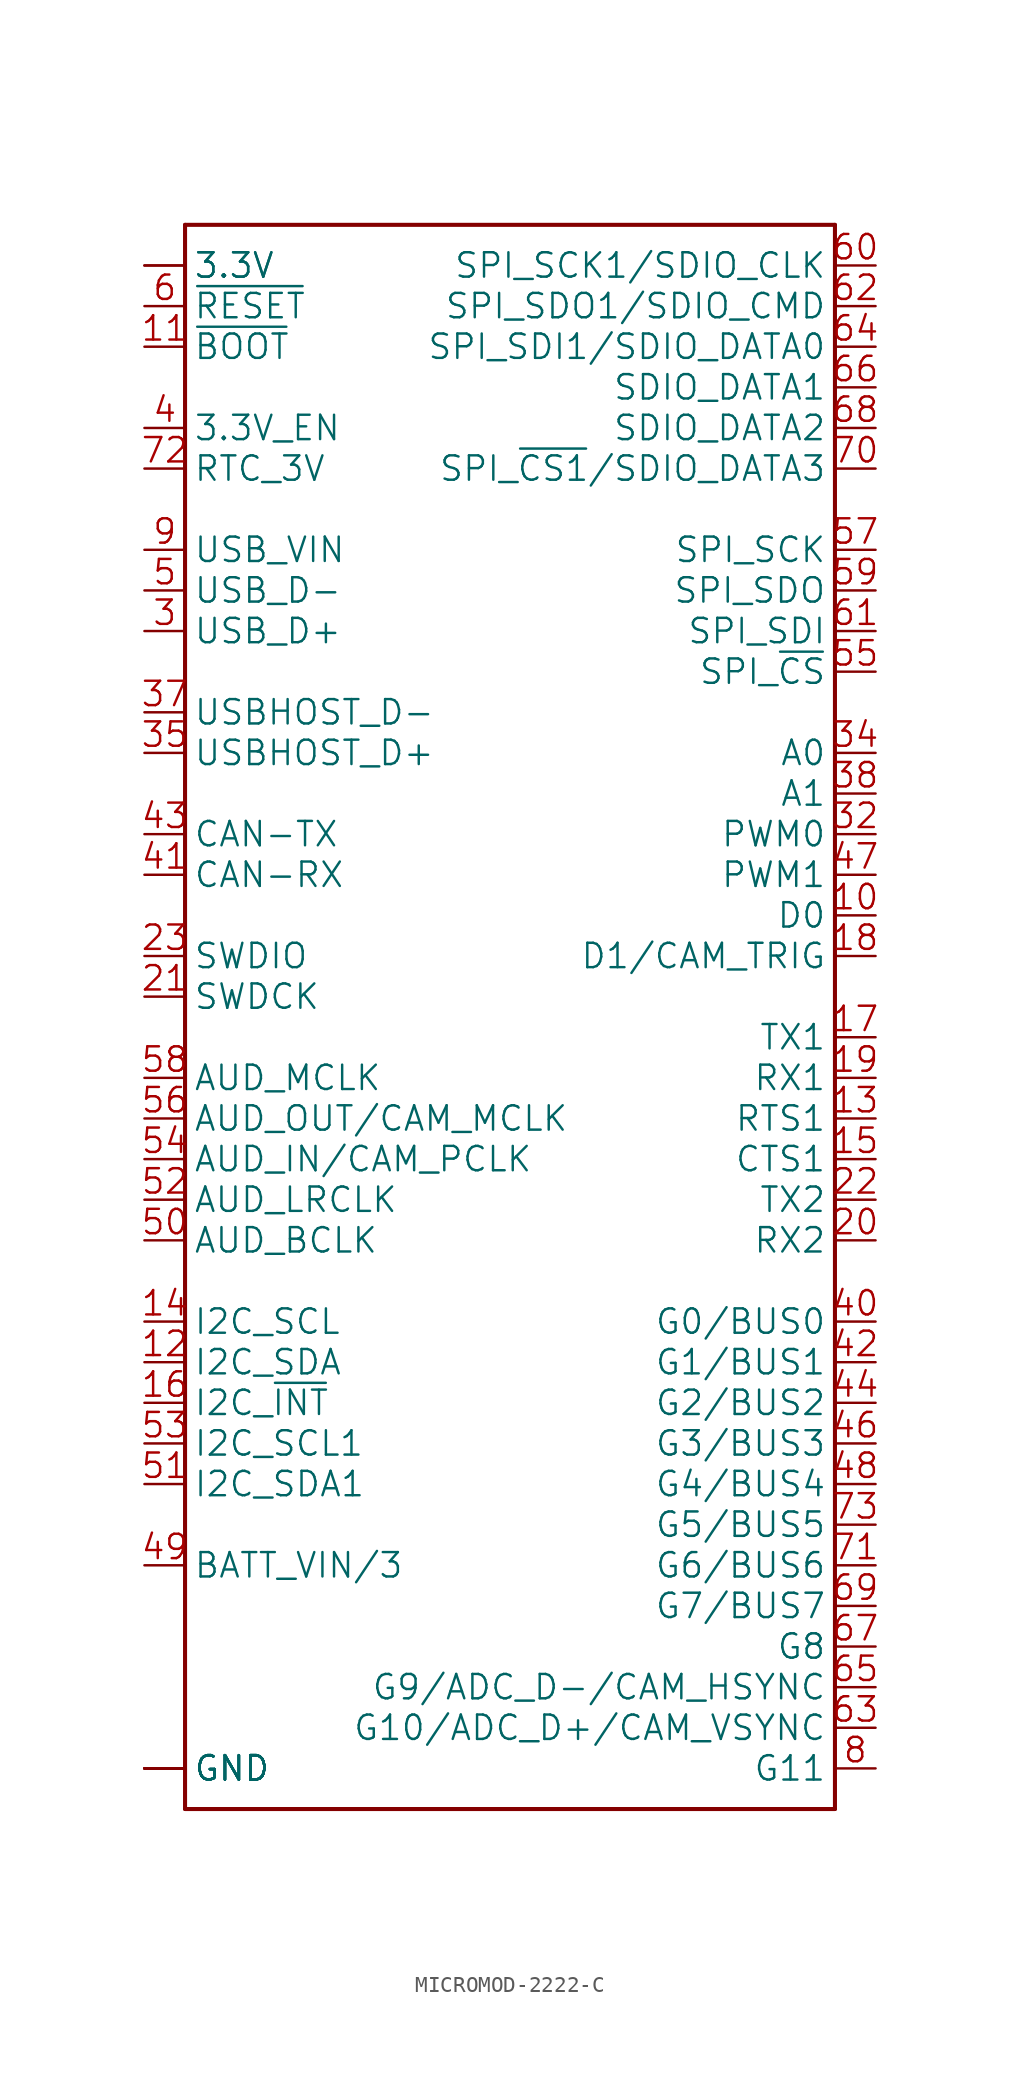
<source format=kicad_sym>
(kicad_symbol_lib
  (version 20241209)
  (generator "kicad_symbol_editor")
  (generator_version "9.0")
  (symbol "MICROMOD-2222-C"
    (property "Reference" "J"
      (at -20.32 53.848 0)
      (effects (font (size 1.778 1.511)) (justify left bottom) (hide yes)))
    (property "ki_locked" ""
      (at 0 0 0)
      (effects (font (size 1.27 1.27))))
    (symbol "MICROMOD-2222-C_1_0"
      (polyline (pts (xy -20.32 53.34) (xy 20.32 53.34)) (stroke (width 0.254) (type solid)) (fill (type none)))
      (polyline (pts (xy -20.32 -45.72) (xy -20.32 53.34)) (stroke (width 0.254) (type solid)) (fill (type none)))
      (polyline (pts (xy 20.32 53.34) (xy 20.32 -45.72)) (stroke (width 0.254) (type solid)) (fill (type none)))
      (polyline (pts (xy 20.32 -45.72) (xy -20.32 -45.72)) (stroke (width 0.254) (type solid)) (fill (type none)))
      (pin bidirectional line (at -22.86 50.8 0) (length 2.54) (name "3.3V" (effects (font (size 1.524 1.524)))) (number "2" (effects (font (size 0 0)))))
      (pin bidirectional line (at -22.86 50.8 0) (length 2.54) (name "3.3V" (effects (font (size 1.524 1.524)))) (number "74" (effects (font (size 0 0)))))
      (pin bidirectional line (at -22.86 48.26 0) (length 2.54) (name "~{RESET}" (effects (font (size 1.524 1.524)))) (number "6" (effects (font (size 1.524 1.524)))))
      (pin bidirectional line (at -22.86 45.72 0) (length 2.54) (name "~{BOOT}" (effects (font (size 1.524 1.524)))) (number "11" (effects (font (size 1.524 1.524)))))
      (pin bidirectional line (at -22.86 40.64 0) (length 2.54) (name "3.3V_EN" (effects (font (size 1.524 1.524)))) (number "4" (effects (font (size 1.524 1.524)))))
      (pin bidirectional line (at -22.86 38.1 0) (length 2.54) (name "RTC_3V" (effects (font (size 1.524 1.524)))) (number "72" (effects (font (size 1.524 1.524)))))
      (pin bidirectional line (at -22.86 33.02 0) (length 2.54) (name "USB_VIN" (effects (font (size 1.524 1.524)))) (number "9" (effects (font (size 1.524 1.524)))))
      (pin bidirectional line (at -22.86 30.48 0) (length 2.54) (name "USB_D-" (effects (font (size 1.524 1.524)))) (number "5" (effects (font (size 1.524 1.524)))))
      (pin bidirectional line (at -22.86 27.94 0) (length 2.54) (name "USB_D+" (effects (font (size 1.524 1.524)))) (number "3" (effects (font (size 1.524 1.524)))))
      (pin bidirectional line (at -22.86 22.86 0) (length 2.54) (name "USBHOST_D-" (effects (font (size 1.524 1.524)))) (number "37" (effects (font (size 1.524 1.524)))))
      (pin bidirectional line (at -22.86 20.32 0) (length 2.54) (name "USBHOST_D+" (effects (font (size 1.524 1.524)))) (number "35" (effects (font (size 1.524 1.524)))))
      (pin bidirectional line (at -22.86 15.24 0) (length 2.54) (name "CAN-TX" (effects (font (size 1.524 1.524)))) (number "43" (effects (font (size 1.524 1.524)))))
      (pin bidirectional line (at -22.86 12.7 0) (length 2.54) (name "CAN-RX" (effects (font (size 1.524 1.524)))) (number "41" (effects (font (size 1.524 1.524)))))
      (pin bidirectional line (at -22.86 7.62 0) (length 2.54) (name "SWDIO" (effects (font (size 1.524 1.524)))) (number "23" (effects (font (size 1.524 1.524)))))
      (pin bidirectional line (at -22.86 5.08 0) (length 2.54) (name "SWDCK" (effects (font (size 1.524 1.524)))) (number "21" (effects (font (size 1.524 1.524)))))
      (pin bidirectional line (at -22.86 0 0) (length 2.54) (name "AUD_MCLK" (effects (font (size 1.524 1.524)))) (number "58" (effects (font (size 1.524 1.524)))))
      (pin bidirectional line (at -22.86 -2.54 0) (length 2.54) (name "AUD_OUT/CAM_MCLK" (effects (font (size 1.524 1.524)))) (number "56" (effects (font (size 1.524 1.524)))))
      (pin bidirectional line (at -22.86 -5.08 0) (length 2.54) (name "AUD_IN/CAM_PCLK" (effects (font (size 1.524 1.524)))) (number "54" (effects (font (size 1.524 1.524)))))
      (pin bidirectional line (at -22.86 -7.62 0) (length 2.54) (name "AUD_LRCLK" (effects (font (size 1.524 1.524)))) (number "52" (effects (font (size 1.524 1.524)))))
      (pin bidirectional line (at -22.86 -10.16 0) (length 2.54) (name "AUD_BCLK" (effects (font (size 1.524 1.524)))) (number "50" (effects (font (size 1.524 1.524)))))
      (pin bidirectional line (at -22.86 -15.24 0) (length 2.54) (name "I2C_SCL" (effects (font (size 1.524 1.524)))) (number "14" (effects (font (size 1.524 1.524)))))
      (pin bidirectional line (at -22.86 -17.78 0) (length 2.54) (name "I2C_SDA" (effects (font (size 1.524 1.524)))) (number "12" (effects (font (size 1.524 1.524)))))
      (pin bidirectional line (at -22.86 -20.32 0) (length 2.54) (name "I2C_~{INT}" (effects (font (size 1.524 1.524)))) (number "16" (effects (font (size 1.524 1.524)))))
      (pin bidirectional line (at -22.86 -22.86 0) (length 2.54) (name "I2C_SCL1" (effects (font (size 1.524 1.524)))) (number "53" (effects (font (size 1.524 1.524)))))
      (pin bidirectional line (at -22.86 -25.4 0) (length 2.54) (name "I2C_SDA1" (effects (font (size 1.524 1.524)))) (number "51" (effects (font (size 1.524 1.524)))))
      (pin bidirectional line (at -22.86 -30.48 0) (length 2.54) (name "BATT_VIN/3" (effects (font (size 1.524 1.524)))) (number "49" (effects (font (size 1.524 1.524)))))
      (pin bidirectional line (at -22.86 -43.18 0) (length 2.54) (name "GND" (effects (font (size 1.524 1.524)))) (number "1" (effects (font (size 0 0)))))
      (pin bidirectional line (at -22.86 -43.18 0) (length 2.54) (name "GND" (effects (font (size 1.524 1.524)))) (number "33" (effects (font (size 0 0)))))
      (pin bidirectional line (at -22.86 -43.18 0) (length 2.54) (name "GND" (effects (font (size 1.524 1.524)))) (number "36" (effects (font (size 0 0)))))
      (pin bidirectional line (at -22.86 -43.18 0) (length 2.54) (name "GND" (effects (font (size 1.524 1.524)))) (number "39" (effects (font (size 0 0)))))
      (pin bidirectional line (at -22.86 -43.18 0) (length 2.54) (name "GND" (effects (font (size 1.524 1.524)))) (number "45" (effects (font (size 0 0)))))
      (pin bidirectional line (at -22.86 -43.18 0) (length 2.54) (name "GND" (effects (font (size 1.524 1.524)))) (number "7" (effects (font (size 0 0)))))
      (pin bidirectional line (at -22.86 -43.18 0) (length 2.54) (name "GND" (effects (font (size 1.524 1.524)))) (number "75" (effects (font (size 0 0)))))
      (pin bidirectional line (at 22.86 50.8 180) (length 2.54) (name "SPI_SCK1/SDIO_CLK" (effects (font (size 1.524 1.524)))) (number "60" (effects (font (size 1.524 1.524)))))
      (pin bidirectional line (at 22.86 48.26 180) (length 2.54) (name "SPI_SDO1/SDIO_CMD" (effects (font (size 1.524 1.524)))) (number "62" (effects (font (size 1.524 1.524)))))
      (pin bidirectional line (at 22.86 45.72 180) (length 2.54) (name "SPI_SDI1/SDIO_DATA0" (effects (font (size 1.524 1.524)))) (number "64" (effects (font (size 1.524 1.524)))))
      (pin bidirectional line (at 22.86 43.18 180) (length 2.54) (name "SDIO_DATA1" (effects (font (size 1.524 1.524)))) (number "66" (effects (font (size 1.524 1.524)))))
      (pin bidirectional line (at 22.86 40.64 180) (length 2.54) (name "SDIO_DATA2" (effects (font (size 1.524 1.524)))) (number "68" (effects (font (size 1.524 1.524)))))
      (pin bidirectional line (at 22.86 38.1 180) (length 2.54) (name "SPI_~{CS1}/SDIO_DATA3" (effects (font (size 1.524 1.524)))) (number "70" (effects (font (size 1.524 1.524)))))
      (pin bidirectional line (at 22.86 33.02 180) (length 2.54) (name "SPI_SCK" (effects (font (size 1.524 1.524)))) (number "57" (effects (font (size 1.524 1.524)))))
      (pin bidirectional line (at 22.86 30.48 180) (length 2.54) (name "SPI_SDO" (effects (font (size 1.524 1.524)))) (number "59" (effects (font (size 1.524 1.524)))))
      (pin bidirectional line (at 22.86 27.94 180) (length 2.54) (name "SPI_SDI" (effects (font (size 1.524 1.524)))) (number "61" (effects (font (size 1.524 1.524)))))
      (pin bidirectional line (at 22.86 25.4 180) (length 2.54) (name "SPI_~{CS}" (effects (font (size 1.524 1.524)))) (number "55" (effects (font (size 1.524 1.524)))))
      (pin bidirectional line (at 22.86 20.32 180) (length 2.54) (name "A0" (effects (font (size 1.524 1.524)))) (number "34" (effects (font (size 1.524 1.524)))))
      (pin bidirectional line (at 22.86 17.78 180) (length 2.54) (name "A1" (effects (font (size 1.524 1.524)))) (number "38" (effects (font (size 1.524 1.524)))))
      (pin bidirectional line (at 22.86 15.24 180) (length 2.54) (name "PWM0" (effects (font (size 1.524 1.524)))) (number "32" (effects (font (size 1.524 1.524)))))
      (pin bidirectional line (at 22.86 12.7 180) (length 2.54) (name "PWM1" (effects (font (size 1.524 1.524)))) (number "47" (effects (font (size 1.524 1.524)))))
      (pin bidirectional line (at 22.86 10.16 180) (length 2.54) (name "D0" (effects (font (size 1.524 1.524)))) (number "10" (effects (font (size 1.524 1.524)))))
      (pin bidirectional line (at 22.86 7.62 180) (length 2.54) (name "D1/CAM_TRIG" (effects (font (size 1.524 1.524)))) (number "18" (effects (font (size 1.524 1.524)))))
      (pin bidirectional line (at 22.86 2.54 180) (length 2.54) (name "TX1" (effects (font (size 1.524 1.524)))) (number "17" (effects (font (size 1.524 1.524)))))
      (pin bidirectional line (at 22.86 0 180) (length 2.54) (name "RX1" (effects (font (size 1.524 1.524)))) (number "19" (effects (font (size 1.524 1.524)))))
      (pin bidirectional line (at 22.86 -2.54 180) (length 2.54) (name "RTS1" (effects (font (size 1.524 1.524)))) (number "13" (effects (font (size 1.524 1.524)))))
      (pin bidirectional line (at 22.86 -5.08 180) (length 2.54) (name "CTS1" (effects (font (size 1.524 1.524)))) (number "15" (effects (font (size 1.524 1.524)))))
      (pin bidirectional line (at 22.86 -7.62 180) (length 2.54) (name "TX2" (effects (font (size 1.524 1.524)))) (number "22" (effects (font (size 1.524 1.524)))))
      (pin bidirectional line (at 22.86 -10.16 180) (length 2.54) (name "RX2" (effects (font (size 1.524 1.524)))) (number "20" (effects (font (size 1.524 1.524)))))
      (pin bidirectional line (at 22.86 -15.24 180) (length 2.54) (name "G0/BUS0" (effects (font (size 1.524 1.524)))) (number "40" (effects (font (size 1.524 1.524)))))
      (pin bidirectional line (at 22.86 -17.78 180) (length 2.54) (name "G1/BUS1" (effects (font (size 1.524 1.524)))) (number "42" (effects (font (size 1.524 1.524)))))
      (pin bidirectional line (at 22.86 -20.32 180) (length 2.54) (name "G2/BUS2" (effects (font (size 1.524 1.524)))) (number "44" (effects (font (size 1.524 1.524)))))
      (pin bidirectional line (at 22.86 -22.86 180) (length 2.54) (name "G3/BUS3" (effects (font (size 1.524 1.524)))) (number "46" (effects (font (size 1.524 1.524)))))
      (pin bidirectional line (at 22.86 -25.4 180) (length 2.54) (name "G4/BUS4" (effects (font (size 1.524 1.524)))) (number "48" (effects (font (size 1.524 1.524)))))
      (pin bidirectional line (at 22.86 -27.94 180) (length 2.54) (name "G5/BUS5" (effects (font (size 1.524 1.524)))) (number "73" (effects (font (size 1.524 1.524)))))
      (pin bidirectional line (at 22.86 -30.48 180) (length 2.54) (name "G6/BUS6" (effects (font (size 1.524 1.524)))) (number "71" (effects (font (size 1.524 1.524)))))
      (pin bidirectional line (at 22.86 -33.02 180) (length 2.54) (name "G7/BUS7" (effects (font (size 1.524 1.524)))) (number "69" (effects (font (size 1.524 1.524)))))
      (pin bidirectional line (at 22.86 -35.56 180) (length 2.54) (name "G8" (effects (font (size 1.524 1.524)))) (number "67" (effects (font (size 1.524 1.524)))))
      (pin bidirectional line (at 22.86 -38.1 180) (length 2.54) (name "G9/ADC_D-/CAM_HSYNC" (effects (font (size 1.524 1.524)))) (number "65" (effects (font (size 1.524 1.524)))))
      (pin bidirectional line (at 22.86 -40.64 180) (length 2.54) (name "G10/ADC_D+/CAM_VSYNC" (effects (font (size 1.524 1.524)))) (number "63" (effects (font (size 1.524 1.524)))))
      (pin bidirectional line (at 22.86 -43.18 180) (length 2.54) (name "G11" (effects (font (size 1.524 1.524)))) (number "8" (effects (font (size 1.524 1.524))))))))
</source>
